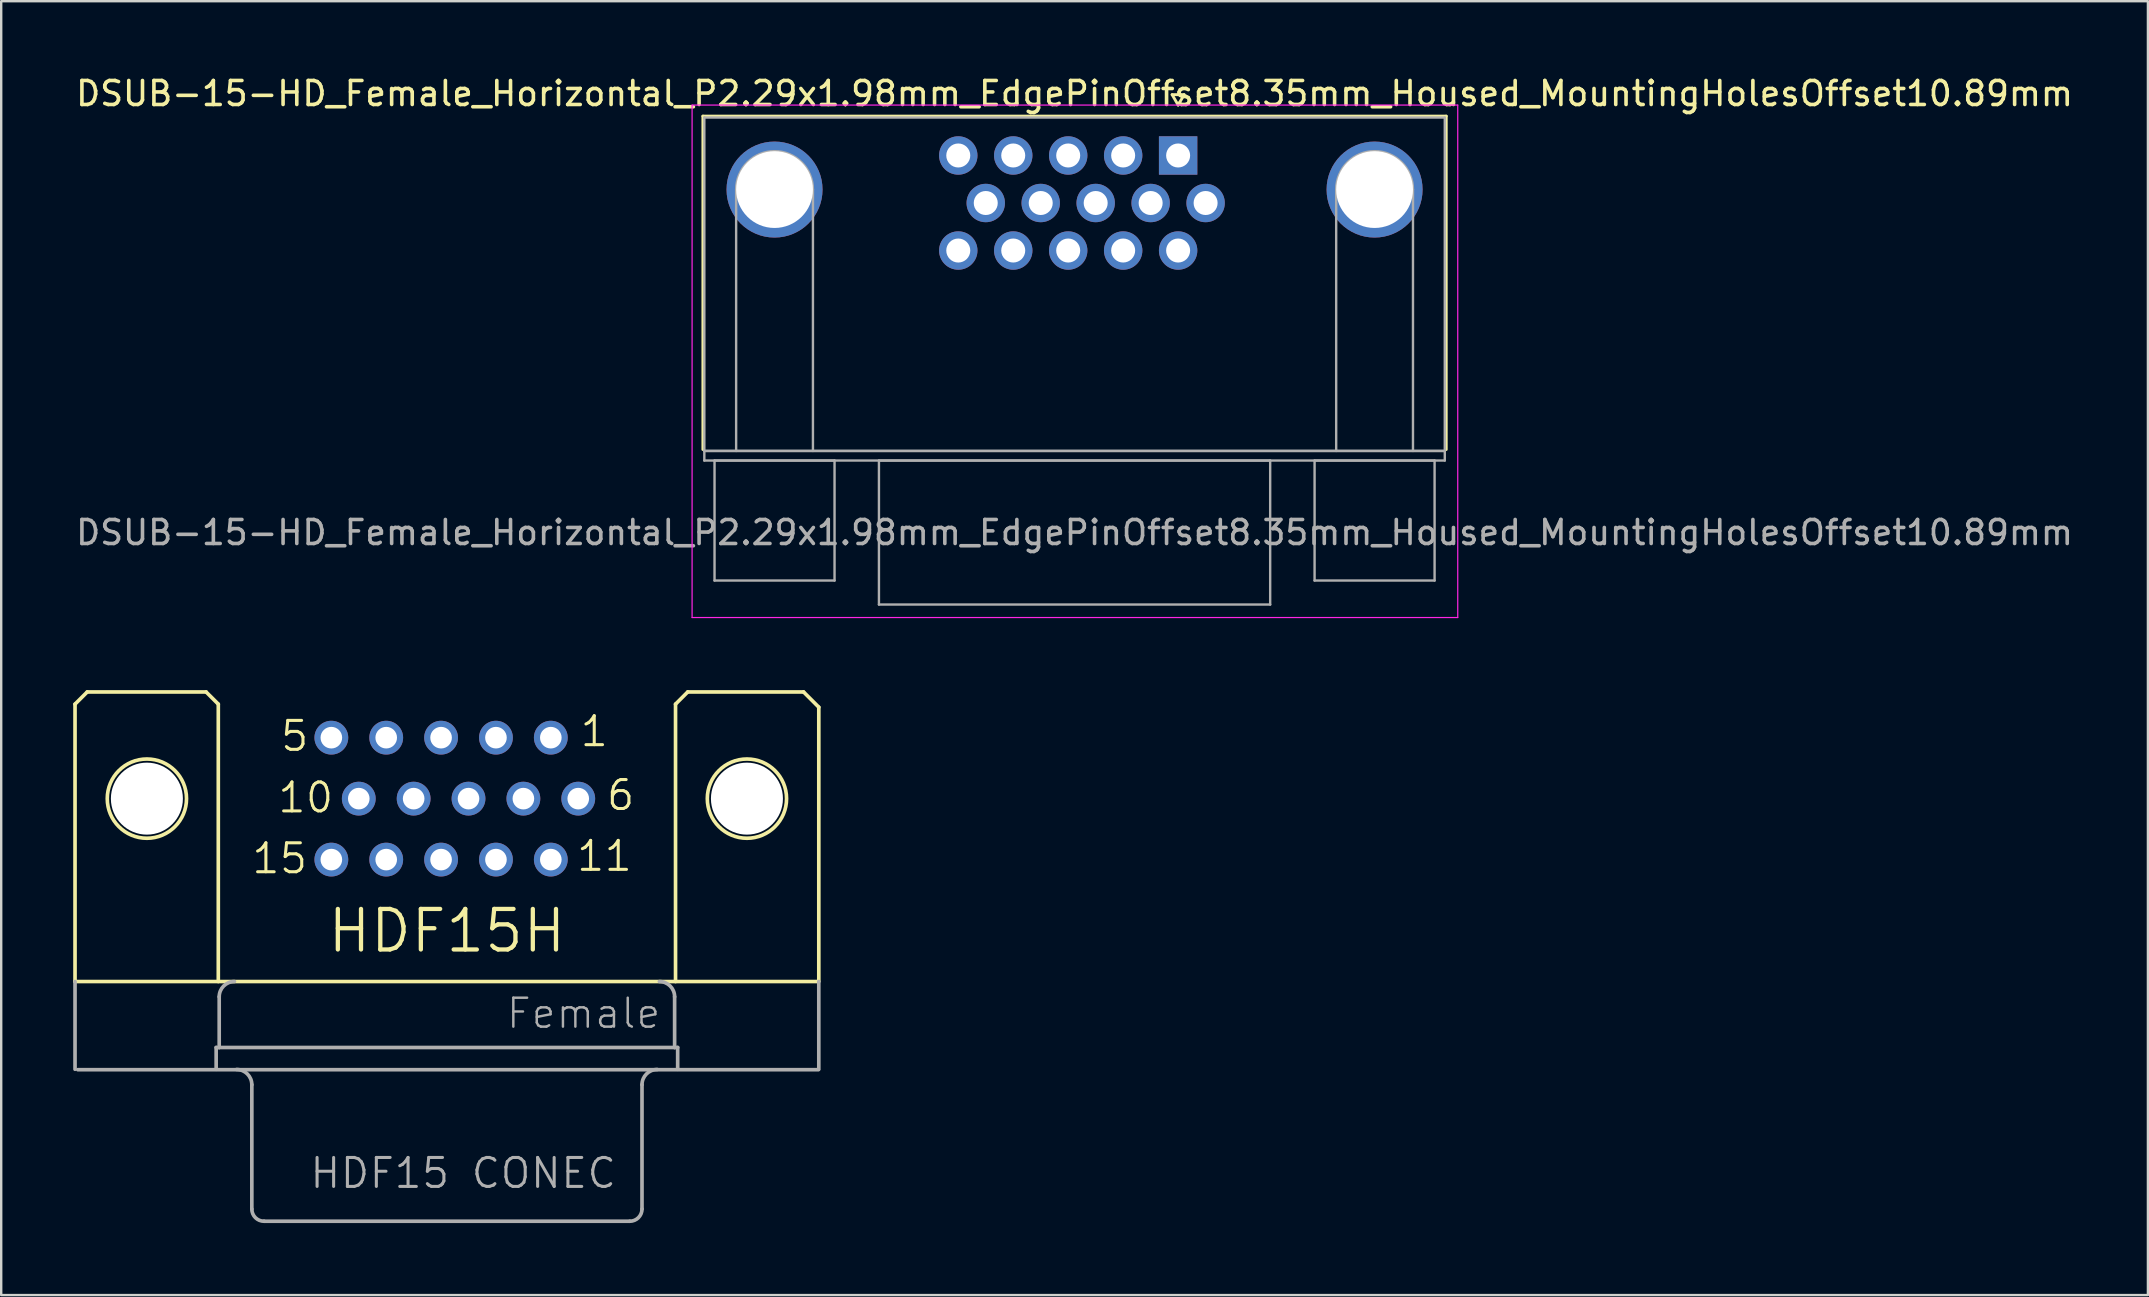
<source format=kicad_pcb>
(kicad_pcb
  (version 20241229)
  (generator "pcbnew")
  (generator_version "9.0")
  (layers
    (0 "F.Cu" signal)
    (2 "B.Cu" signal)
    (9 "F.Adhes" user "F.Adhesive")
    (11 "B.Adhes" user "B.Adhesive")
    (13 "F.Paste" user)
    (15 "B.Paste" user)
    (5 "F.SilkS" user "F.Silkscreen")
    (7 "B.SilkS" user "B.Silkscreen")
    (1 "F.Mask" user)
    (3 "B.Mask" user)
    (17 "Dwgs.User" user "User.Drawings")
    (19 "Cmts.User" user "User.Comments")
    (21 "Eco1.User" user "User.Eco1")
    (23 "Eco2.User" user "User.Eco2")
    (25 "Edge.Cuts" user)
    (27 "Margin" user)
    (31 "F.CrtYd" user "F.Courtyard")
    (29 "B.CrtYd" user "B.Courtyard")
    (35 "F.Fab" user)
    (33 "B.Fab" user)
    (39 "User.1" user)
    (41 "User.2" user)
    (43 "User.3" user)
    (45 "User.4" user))
  (footprint "DSUB-15-HD_Female_Horizontal_P2.29x1.98mm_EdgePinOffset8.35mm_Housed_MountingHolesOffset10.89mm"
    (layer "F.Cu")
    (at 46.035 3.428)
    (property "Reference" "DSUB-15-HD_Female_Horizontal_P2.29x1.98mm_EdgePinOffset8.35mm_Housed_MountingHolesOffset10.89mm" (at -4.315 -2.58 0) (layer "F.SilkS") (effects (font (size 1 1) (thickness 0.15))))
    (attr through_hole)
    (fp_line (start -19.8 -1.64) (end 11.17 -1.64) (stroke (width 0.12) (type solid)) (layer "F.SilkS"))
    (fp_line (start -19.8 12.25) (end -19.8 -1.64) (stroke (width 0.12) (type solid)) (layer "F.SilkS"))
    (fp_line (start -0.25 -2.534) (end 0.25 -2.534) (stroke (width 0.12) (type solid)) (layer "F.SilkS"))
    (fp_line (start 0 -2.101) (end -0.25 -2.534) (stroke (width 0.12) (type solid)) (layer "F.SilkS"))
    (fp_line (start 0.25 -2.534) (end 0 -2.101) (stroke (width 0.12) (type solid)) (layer "F.SilkS"))
    (fp_line (start 11.17 -1.64) (end 11.17 12.25) (stroke (width 0.12) (type solid)) (layer "F.SilkS"))
    (fp_line (start -20.25 -2.1) (end -20.25 19.25) (stroke (width 0.05) (type solid)) (layer "F.CrtYd"))
    (fp_line (start -20.25 19.25) (end 11.65 19.25) (stroke (width 0.05) (type solid)) (layer "F.CrtYd"))
    (fp_line (start 11.65 -2.1) (end -20.25 -2.1) (stroke (width 0.05) (type solid)) (layer "F.CrtYd"))
    (fp_line (start 11.65 19.25) (end 11.65 -2.1) (stroke (width 0.05) (type solid)) (layer "F.CrtYd"))
    (fp_line (start -19.74 -1.58) (end -19.74 12.31) (stroke (width 0.1) (type solid)) (layer "F.Fab"))
    (fp_line (start -19.74 12.31) (end -19.74 12.71) (stroke (width 0.1) (type solid)) (layer "F.Fab"))
    (fp_line (start -19.74 12.31) (end 11.11 12.31) (stroke (width 0.1) (type solid)) (layer "F.Fab"))
    (fp_line (start -19.74 12.71) (end 11.11 12.71) (stroke (width 0.1) (type solid)) (layer "F.Fab"))
    (fp_line (start -19.315 12.71) (end -19.315 17.71) (stroke (width 0.1) (type solid)) (layer "F.Fab"))
    (fp_line (start -19.315 17.71) (end -14.315 17.71) (stroke (width 0.1) (type solid)) (layer "F.Fab"))
    (fp_line (start -18.415 12.31) (end -18.415 1.42) (stroke (width 0.1) (type solid)) (layer "F.Fab"))
    (fp_line (start -15.215 12.31) (end -15.215 1.42) (stroke (width 0.1) (type solid)) (layer "F.Fab"))
    (fp_line (start -14.315 12.71) (end -19.315 12.71) (stroke (width 0.1) (type solid)) (layer "F.Fab"))
    (fp_line (start -14.315 17.71) (end -14.315 12.71) (stroke (width 0.1) (type solid)) (layer "F.Fab"))
    (fp_line (start -12.465 12.71) (end -12.465 18.71) (stroke (width 0.1) (type solid)) (layer "F.Fab"))
    (fp_line (start -12.465 18.71) (end 3.835 18.71) (stroke (width 0.1) (type solid)) (layer "F.Fab"))
    (fp_line (start 3.835 12.71) (end -12.465 12.71) (stroke (width 0.1) (type solid)) (layer "F.Fab"))
    (fp_line (start 3.835 18.71) (end 3.835 12.71) (stroke (width 0.1) (type solid)) (layer "F.Fab"))
    (fp_line (start 5.685 12.71) (end 5.685 17.71) (stroke (width 0.1) (type solid)) (layer "F.Fab"))
    (fp_line (start 5.685 17.71) (end 10.685 17.71) (stroke (width 0.1) (type solid)) (layer "F.Fab"))
    (fp_line (start 6.585 12.31) (end 6.585 1.42) (stroke (width 0.1) (type solid)) (layer "F.Fab"))
    (fp_line (start 9.785 12.31) (end 9.785 1.42) (stroke (width 0.1) (type solid)) (layer "F.Fab"))
    (fp_line (start 10.685 12.71) (end 5.685 12.71) (stroke (width 0.1) (type solid)) (layer "F.Fab"))
    (fp_line (start 10.685 17.71) (end 10.685 12.71) (stroke (width 0.1) (type solid)) (layer "F.Fab"))
    (fp_line (start 11.11 -1.58) (end -19.74 -1.58) (stroke (width 0.1) (type solid)) (layer "F.Fab"))
    (fp_line (start 11.11 12.31) (end -19.74 12.31) (stroke (width 0.1) (type solid)) (layer "F.Fab"))
    (fp_line (start 11.11 12.31) (end 11.11 -1.58) (stroke (width 0.1) (type solid)) (layer "F.Fab"))
    (fp_line (start 11.11 12.71) (end 11.11 12.31) (stroke (width 0.1) (type solid)) (layer "F.Fab"))
    (fp_arc (start -18.415 1.42) (mid -16.815 -0.18) (end -15.215 1.42) (stroke (width 0.1) (type solid)) (layer "F.Fab"))
    (fp_arc (start 6.585 1.42) (mid 8.185 -0.18) (end 9.785 1.42) (stroke (width 0.1) (type solid)) (layer "F.Fab"))
    (fp_text user "${REFERENCE}" (at -4.315 15.71 0) (layer "F.Fab") (effects (font (size 1 1) (thickness 0.15))))
    (pad "0" thru_hole circle (at -16.815 1.42) (size 4 4) (drill 3.2) (layers "*.Cu" "*.Mask"))
    (pad "0" thru_hole circle (at 8.185 1.42) (size 4 4) (drill 3.2) (layers "*.Cu" "*.Mask"))
    (pad "1" thru_hole rect (at 0 0) (size 1.6 1.6) (drill 1) (layers "*.Cu" "*.Mask"))
    (pad "2" thru_hole circle (at -2.29 0) (size 1.6 1.6) (drill 1) (layers "*.Cu" "*.Mask"))
    (pad "3" thru_hole circle (at -4.58 0) (size 1.6 1.6) (drill 1) (layers "*.Cu" "*.Mask"))
    (pad "4" thru_hole circle (at -6.87 0) (size 1.6 1.6) (drill 1) (layers "*.Cu" "*.Mask"))
    (pad "5" thru_hole circle (at -9.16 0) (size 1.6 1.6) (drill 1) (layers "*.Cu" "*.Mask"))
    (pad "6" thru_hole circle (at 1.145 1.98) (size 1.6 1.6) (drill 1) (layers "*.Cu" "*.Mask"))
    (pad "7" thru_hole circle (at -1.145 1.98) (size 1.6 1.6) (drill 1) (layers "*.Cu" "*.Mask"))
    (pad "8" thru_hole circle (at -3.435 1.98) (size 1.6 1.6) (drill 1) (layers "*.Cu" "*.Mask"))
    (pad "9" thru_hole circle (at -5.725 1.98) (size 1.6 1.6) (drill 1) (layers "*.Cu" "*.Mask"))
    (pad "10" thru_hole circle (at -8.015 1.98) (size 1.6 1.6) (drill 1) (layers "*.Cu" "*.Mask"))
    (pad "11" thru_hole circle (at 0 3.96) (size 1.6 1.6) (drill 1) (layers "*.Cu" "*.Mask"))
    (pad "12" thru_hole circle (at -2.29 3.96) (size 1.6 1.6) (drill 1) (layers "*.Cu" "*.Mask"))
    (pad "13" thru_hole circle (at -4.58 3.96) (size 1.6 1.6) (drill 1) (layers "*.Cu" "*.Mask"))
    (pad "14" thru_hole circle (at -6.87 3.96) (size 1.6 1.6) (drill 1) (layers "*.Cu" "*.Mask"))
    (pad "15" thru_hole circle (at -9.16 3.96) (size 1.6 1.6) (drill 1) (layers "*.Cu" "*.Mask")))
  (footprint "HDF15H"
    (layer "F.Cu")
    (at 15.57 30.224)
    (property "Reference" "HDF15H" (at 0 6.5 0) (unlocked yes) (layer "F.SilkS") (effects (font (size 1.689 1.689) (thickness 0.178)) (justify bottom)))
    (attr through_hole)
    (fp_line (start -15.494 -3.937) (end -15.494 7.62) (stroke (width 0.152) (type solid)) (layer "F.SilkS"))
    (fp_line (start -14.986 -4.445) (end -15.494 -3.937) (stroke (width 0.152) (type solid)) (layer "F.SilkS"))
    (fp_line (start -10.033 -4.445) (end -14.986 -4.445) (stroke (width 0.152) (type solid)) (layer "F.SilkS"))
    (fp_line (start -9.525 -3.937) (end -10.033 -4.445) (stroke (width 0.152) (type solid)) (layer "F.SilkS"))
    (fp_line (start -9.525 -3.937) (end -9.525 7.62) (stroke (width 0.152) (type solid)) (layer "F.SilkS"))
    (fp_line (start 9.525 -3.937) (end 9.525 7.62) (stroke (width 0.152) (type solid)) (layer "F.SilkS"))
    (fp_line (start 10.033 -4.445) (end 9.525 -3.937) (stroke (width 0.152) (type solid)) (layer "F.SilkS"))
    (fp_line (start 10.033 -4.445) (end 14.859 -4.445) (stroke (width 0.152) (type solid)) (layer "F.SilkS"))
    (fp_line (start 14.859 -4.445) (end 15.494 -3.81) (stroke (width 0.152) (type solid)) (layer "F.SilkS"))
    (fp_line (start 15.475 7.62) (end -15.494 7.62) (stroke (width 0.152) (type solid)) (layer "F.SilkS"))
    (fp_line (start 15.494 -3.81) (end 15.494 7.62) (stroke (width 0.152) (type solid)) (layer "F.SilkS"))
    (fp_circle (center -12.5 0) (end -10.849 0) (stroke (width 0.152) (type solid)) (fill no) (layer "F.SilkS"))
    (fp_circle (center 12.5 0) (end 14.151 0) (stroke (width 0.152) (type solid)) (fill no) (layer "F.SilkS"))
    (fp_line (start -15.494 11.276) (end -15.494 7.62) (stroke (width 0.152) (type solid)) (layer "F.Fab"))
    (fp_line (start -9.614 10.368) (end -9.614 11.276) (stroke (width 0.152) (type solid)) (layer "F.Fab"))
    (fp_line (start -9.487 8.255) (end -9.487 10.368) (stroke (width 0.152) (type solid)) (layer "F.Fab"))
    (fp_line (start -9.487 10.368) (end -9.614 10.368) (stroke (width 0.152) (type solid)) (layer "F.Fab"))
    (fp_line (start -8.128 11.919) (end -8.128 17.099) (stroke (width 0.152) (type solid)) (layer "F.Fab"))
    (fp_line (start 7.62 17.607) (end -7.62 17.607) (stroke (width 0.152) (type solid)) (layer "F.Fab"))
    (fp_line (start 8.128 11.919) (end 8.128 17.099) (stroke (width 0.152) (type solid)) (layer "F.Fab"))
    (fp_line (start 9.487 8.255) (end 9.487 10.368) (stroke (width 0.152) (type solid)) (layer "F.Fab"))
    (fp_line (start 9.487 10.368) (end -9.487 10.368) (stroke (width 0.152) (type solid)) (layer "F.Fab"))
    (fp_line (start 9.614 10.368) (end 9.487 10.368) (stroke (width 0.152) (type solid)) (layer "F.Fab"))
    (fp_line (start 9.614 10.368) (end 9.614 11.276) (stroke (width 0.152) (type solid)) (layer "F.Fab"))
    (fp_line (start 15.476 11.294) (end -15.38 11.294) (stroke (width 0.152) (type solid)) (layer "F.Fab"))
    (fp_line (start 15.494 7.62) (end 15.494 11.276) (stroke (width 0.152) (type solid)) (layer "F.Fab"))
    (fp_arc (start -9.487 8.255) (mid -9.301013 7.805987) (end -8.852 7.62) (stroke (width 0.1524) (type solid)) (layer "F.Fab"))
    (fp_arc (start -8.763 11.284) (mid -8.313987 11.469987) (end -8.128 11.919) (stroke (width 0.1524) (type solid)) (layer "F.Fab"))
    (fp_arc (start -7.62 17.607) (mid -7.97921 17.45821) (end -8.128 17.099) (stroke (width 0.1524) (type solid)) (layer "F.Fab"))
    (fp_arc (start 8.128 11.919) (mid 8.313987 11.469987) (end 8.763 11.284) (stroke (width 0.1524) (type solid)) (layer "F.Fab"))
    (fp_arc (start 8.128 17.099) (mid 7.97921 17.45821) (end 7.62 17.607) (stroke (width 0.1524) (type solid)) (layer "F.Fab"))
    (fp_arc (start 8.852 7.62) (mid 9.301013 7.805987) (end 9.487 8.255) (stroke (width 0.1524) (type solid)) (layer "F.Fab"))
    (fp_text user "1" (at 5.48 -2.095 0) (layer "F.SilkS") (effects (font (size 1.206 1.206) (thickness 0.127)) (justify left bottom)))
    (fp_text user "6" (at 6.58 0.565 0) (layer "F.SilkS") (effects (font (size 1.206 1.206) (thickness 0.127)) (justify left bottom)))
    (fp_text user "10" (at -7.115 0.665 0) (layer "F.SilkS") (effects (font (size 1.206 1.206) (thickness 0.127)) (justify left bottom)))
    (fp_text user "5" (at -7 -1.9 0) (layer "F.SilkS") (effects (font (size 1.206 1.206) (thickness 0.127)) (justify left bottom)))
    (fp_text user "11" (at 5.33 3.1 0) (layer "F.SilkS") (effects (font (size 1.206 1.206) (thickness 0.127)) (justify left bottom)))
    (fp_text user "15" (at -8.2 3.2 0) (layer "F.SilkS") (effects (font (size 1.206 1.206) (thickness 0.127)) (justify left bottom)))
    (fp_text user "Female" (at 2.413 9.652 0) (layer "F.Fab") (effects (font (size 1.206 1.206) (thickness 0.102)) (justify left bottom)))
    (fp_text user "HDF15 CONEC" (at -5.78 16.31 0) (layer "F.Fab") (effects (font (size 1.206 1.206) (thickness 0.127)) (justify left bottom)))
    (pad "" np_thru_hole circle (at -12.5 0) (size 3 3) (drill 3) (layers "*.Cu" "*.Mask"))
    (pad "" np_thru_hole circle (at 12.5 0) (size 3 3) (drill 3) (layers "*.Cu" "*.Mask"))
    (pad "1" thru_hole circle (at 4.329 -2.54) (size 1.408 1.408) (drill 0.9) (layers "*.Cu" "*.Mask"))
    (pad "2" thru_hole circle (at 2.043 -2.54) (size 1.408 1.408) (drill 0.9) (layers "*.Cu" "*.Mask"))
    (pad "3" thru_hole circle (at -0.243 -2.54) (size 1.408 1.408) (drill 0.9) (layers "*.Cu" "*.Mask"))
    (pad "4" thru_hole circle (at -2.529 -2.54) (size 1.408 1.408) (drill 0.9) (layers "*.Cu" "*.Mask"))
    (pad "5" thru_hole circle (at -4.815 -2.54) (size 1.408 1.408) (drill 0.9) (layers "*.Cu" "*.Mask"))
    (pad "6" thru_hole circle (at 5.472 0) (size 1.408 1.408) (drill 0.9) (layers "*.Cu" "*.Mask"))
    (pad "7" thru_hole circle (at 3.186 0) (size 1.408 1.408) (drill 0.9) (layers "*.Cu" "*.Mask"))
    (pad "8" thru_hole circle (at 0.9 0) (size 1.408 1.408) (drill 0.9) (layers "*.Cu" "*.Mask"))
    (pad "9" thru_hole circle (at -1.386 0) (size 1.408 1.408) (drill 0.9) (layers "*.Cu" "*.Mask"))
    (pad "10" thru_hole circle (at -3.672 0) (size 1.408 1.408) (drill 0.9) (layers "*.Cu" "*.Mask"))
    (pad "11" thru_hole circle (at 4.329 2.54) (size 1.408 1.408) (drill 0.9) (layers "*.Cu" "*.Mask"))
    (pad "12" thru_hole circle (at 2.043 2.54) (size 1.408 1.408) (drill 0.9) (layers "*.Cu" "*.Mask"))
    (pad "13" thru_hole circle (at -0.243 2.54) (size 1.408 1.408) (drill 0.9) (layers "*.Cu" "*.Mask"))
    (pad "14" thru_hole circle (at -2.529 2.54) (size 1.408 1.408) (drill 0.9) (layers "*.Cu" "*.Mask"))
    (pad "15" thru_hole circle (at -4.815 2.54) (size 1.408 1.408) (drill 0.9) (layers "*.Cu" "*.Mask")))
  (gr_rect
    (start -3 -3)
    (end 86.44 50.908)
    (stroke (width 0.1) (type default))
    (fill no)
    (layer "Edge.Cuts")))
</source>
